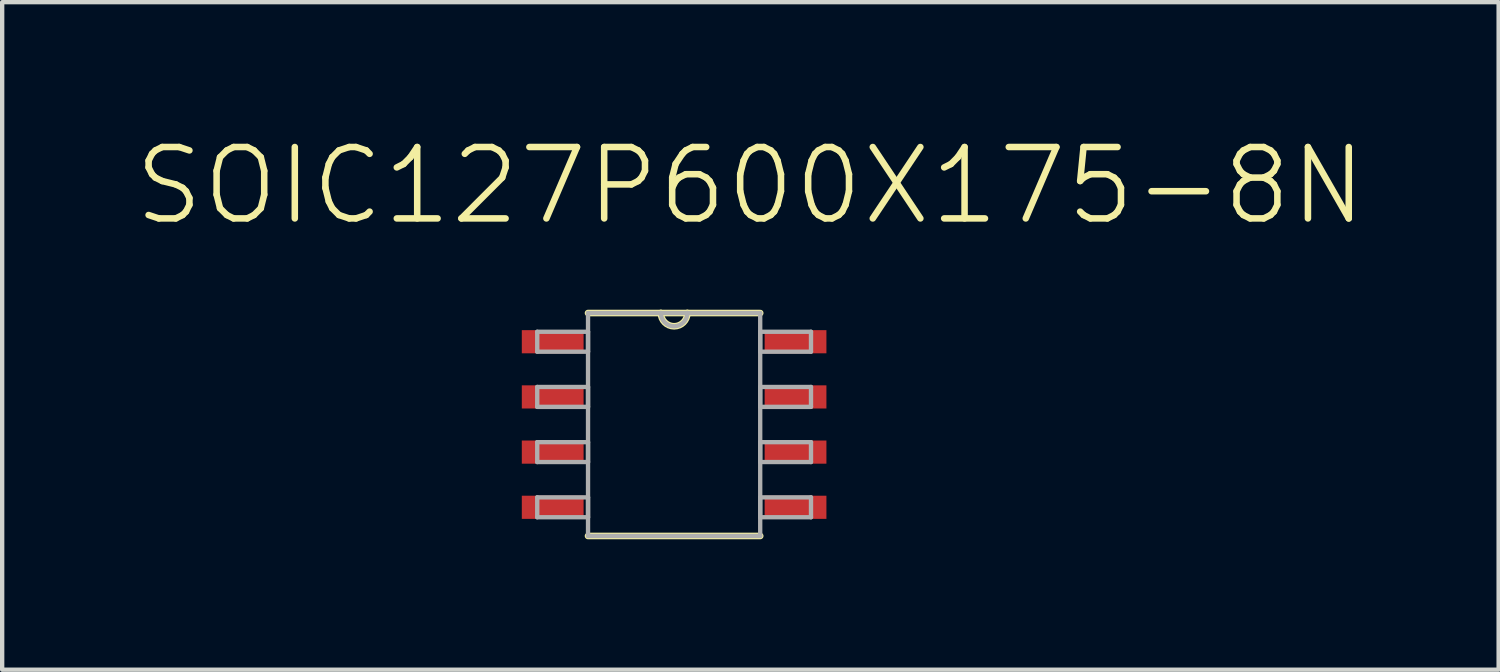
<source format=kicad_pcb>
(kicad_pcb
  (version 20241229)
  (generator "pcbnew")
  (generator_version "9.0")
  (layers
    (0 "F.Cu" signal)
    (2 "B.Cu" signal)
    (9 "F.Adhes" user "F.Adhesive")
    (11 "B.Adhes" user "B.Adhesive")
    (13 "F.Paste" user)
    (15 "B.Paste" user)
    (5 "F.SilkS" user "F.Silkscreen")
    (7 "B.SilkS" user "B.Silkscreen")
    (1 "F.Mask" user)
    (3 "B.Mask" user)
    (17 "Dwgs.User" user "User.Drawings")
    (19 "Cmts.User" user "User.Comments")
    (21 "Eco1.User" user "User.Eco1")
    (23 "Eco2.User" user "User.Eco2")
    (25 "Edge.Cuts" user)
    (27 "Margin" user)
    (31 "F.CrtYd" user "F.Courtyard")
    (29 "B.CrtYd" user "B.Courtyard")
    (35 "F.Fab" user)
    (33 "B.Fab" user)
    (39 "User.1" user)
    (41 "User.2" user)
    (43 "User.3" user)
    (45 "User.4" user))
  (footprint "SOIC127P600X175-8N"
    (layer "F.Cu")
    (at 12.463 6.719)
    (property "Reference" "SOIC127P600X175-8N" (at 1.755 -5.495 0) (layer "F.SilkS") (effects (font (size 1.643 1.643) (thickness 0.15))))
    (attr smd)
    (fp_line (start -1.981 2.565) (end 1.981 2.565) (stroke (width 0.152) (type solid)) (layer "F.SilkS"))
    (fp_line (start -0.305 -2.565) (end -1.981 -2.565) (stroke (width 0.152) (type solid)) (layer "F.SilkS"))
    (fp_line (start 0.305 -2.565) (end -0.305 -2.565) (stroke (width 0.152) (type solid)) (layer "F.SilkS"))
    (fp_line (start 1.981 -2.565) (end 0.305 -2.565) (stroke (width 0.152) (type solid)) (layer "F.SilkS"))
    (fp_arc (start 0.3048 -2.5654) (mid 0 -2.2606) (end -0.3048 -2.5654) (stroke (width 0.1524) (type solid)) (layer "F.SilkS"))
    (fp_line (start -3.15 -2.134) (end -3.15 -1.676) (stroke (width 0.1) (type solid)) (layer "F.Fab"))
    (fp_line (start -3.15 -1.676) (end -1.981 -1.676) (stroke (width 0.1) (type solid)) (layer "F.Fab"))
    (fp_line (start -3.15 -0.864) (end -3.15 -0.406) (stroke (width 0.1) (type solid)) (layer "F.Fab"))
    (fp_line (start -3.15 -0.406) (end -1.981 -0.406) (stroke (width 0.1) (type solid)) (layer "F.Fab"))
    (fp_line (start -3.15 0.406) (end -3.15 0.864) (stroke (width 0.1) (type solid)) (layer "F.Fab"))
    (fp_line (start -3.15 0.864) (end -1.981 0.864) (stroke (width 0.1) (type solid)) (layer "F.Fab"))
    (fp_line (start -3.15 1.676) (end -3.15 2.134) (stroke (width 0.1) (type solid)) (layer "F.Fab"))
    (fp_line (start -3.15 2.134) (end -1.981 2.134) (stroke (width 0.1) (type solid)) (layer "F.Fab"))
    (fp_line (start -1.981 -2.565) (end -1.981 2.565) (stroke (width 0.1) (type solid)) (layer "F.Fab"))
    (fp_line (start -1.981 -2.134) (end -3.15 -2.134) (stroke (width 0.1) (type solid)) (layer "F.Fab"))
    (fp_line (start -1.981 -1.676) (end -1.981 -2.134) (stroke (width 0.1) (type solid)) (layer "F.Fab"))
    (fp_line (start -1.981 -0.864) (end -3.15 -0.864) (stroke (width 0.1) (type solid)) (layer "F.Fab"))
    (fp_line (start -1.981 -0.406) (end -1.981 -0.864) (stroke (width 0.1) (type solid)) (layer "F.Fab"))
    (fp_line (start -1.981 0.406) (end -3.15 0.406) (stroke (width 0.1) (type solid)) (layer "F.Fab"))
    (fp_line (start -1.981 0.864) (end -1.981 0.406) (stroke (width 0.1) (type solid)) (layer "F.Fab"))
    (fp_line (start -1.981 1.676) (end -3.15 1.676) (stroke (width 0.1) (type solid)) (layer "F.Fab"))
    (fp_line (start -1.981 2.134) (end -1.981 1.676) (stroke (width 0.1) (type solid)) (layer "F.Fab"))
    (fp_line (start -1.981 2.565) (end 1.981 2.565) (stroke (width 0.1) (type solid)) (layer "F.Fab"))
    (fp_line (start -0.305 -2.565) (end -1.981 -2.565) (stroke (width 0.1) (type solid)) (layer "F.Fab"))
    (fp_line (start 0.305 -2.565) (end -0.305 -2.565) (stroke (width 0.1) (type solid)) (layer "F.Fab"))
    (fp_line (start 1.981 -2.565) (end 0.305 -2.565) (stroke (width 0.1) (type solid)) (layer "F.Fab"))
    (fp_line (start 1.981 -2.134) (end 1.981 -1.676) (stroke (width 0.1) (type solid)) (layer "F.Fab"))
    (fp_line (start 1.981 -1.676) (end 3.15 -1.676) (stroke (width 0.1) (type solid)) (layer "F.Fab"))
    (fp_line (start 1.981 -0.864) (end 1.981 -0.406) (stroke (width 0.1) (type solid)) (layer "F.Fab"))
    (fp_line (start 1.981 -0.406) (end 3.15 -0.406) (stroke (width 0.1) (type solid)) (layer "F.Fab"))
    (fp_line (start 1.981 0.406) (end 1.981 0.864) (stroke (width 0.1) (type solid)) (layer "F.Fab"))
    (fp_line (start 1.981 0.864) (end 3.15 0.864) (stroke (width 0.1) (type solid)) (layer "F.Fab"))
    (fp_line (start 1.981 1.676) (end 1.981 2.134) (stroke (width 0.1) (type solid)) (layer "F.Fab"))
    (fp_line (start 1.981 2.134) (end 3.15 2.134) (stroke (width 0.1) (type solid)) (layer "F.Fab"))
    (fp_line (start 1.981 2.565) (end 1.981 -2.565) (stroke (width 0.1) (type solid)) (layer "F.Fab"))
    (fp_line (start 3.15 -2.134) (end 1.981 -2.134) (stroke (width 0.1) (type solid)) (layer "F.Fab"))
    (fp_line (start 3.15 -1.676) (end 3.15 -2.134) (stroke (width 0.1) (type solid)) (layer "F.Fab"))
    (fp_line (start 3.15 -0.864) (end 1.981 -0.864) (stroke (width 0.1) (type solid)) (layer "F.Fab"))
    (fp_line (start 3.15 -0.406) (end 3.15 -0.864) (stroke (width 0.1) (type solid)) (layer "F.Fab"))
    (fp_line (start 3.15 0.406) (end 1.981 0.406) (stroke (width 0.1) (type solid)) (layer "F.Fab"))
    (fp_line (start 3.15 0.864) (end 3.15 0.406) (stroke (width 0.1) (type solid)) (layer "F.Fab"))
    (fp_line (start 3.15 1.676) (end 1.981 1.676) (stroke (width 0.1) (type solid)) (layer "F.Fab"))
    (fp_line (start 3.15 2.134) (end 3.15 1.676) (stroke (width 0.1) (type solid)) (layer "F.Fab"))
    (fp_arc (start 0.3048 -2.5654) (mid 0 -2.2606) (end -0.3048 -2.5654) (stroke (width 0.1) (type solid)) (layer "F.Fab"))
    (pad "1" smd rect (at -2.794 -1.905) (size 1.422 0.533) (layers "F.Cu" "F.Mask" "F.Paste"))
    (pad "2" smd rect (at -2.794 -0.635) (size 1.422 0.533) (layers "F.Cu" "F.Mask" "F.Paste"))
    (pad "3" smd rect (at -2.794 0.635) (size 1.422 0.533) (layers "F.Cu" "F.Mask" "F.Paste"))
    (pad "4" smd rect (at -2.794 1.905) (size 1.422 0.533) (layers "F.Cu" "F.Mask" "F.Paste"))
    (pad "5" smd rect (at 2.794 1.905) (size 1.422 0.533) (layers "F.Cu" "F.Mask" "F.Paste"))
    (pad "6" smd rect (at 2.794 0.635) (size 1.422 0.533) (layers "F.Cu" "F.Mask" "F.Paste"))
    (pad "7" smd rect (at 2.794 -0.635) (size 1.422 0.533) (layers "F.Cu" "F.Mask" "F.Paste"))
    (pad "8" smd rect (at 2.794 -1.905) (size 1.422 0.533) (layers "F.Cu" "F.Mask" "F.Paste")))
  (gr_rect
    (start -3 -3)
    (end 31.437 12.361)
    (stroke (width 0.1) (type default))
    (fill no)
    (layer "Edge.Cuts")))
</source>
